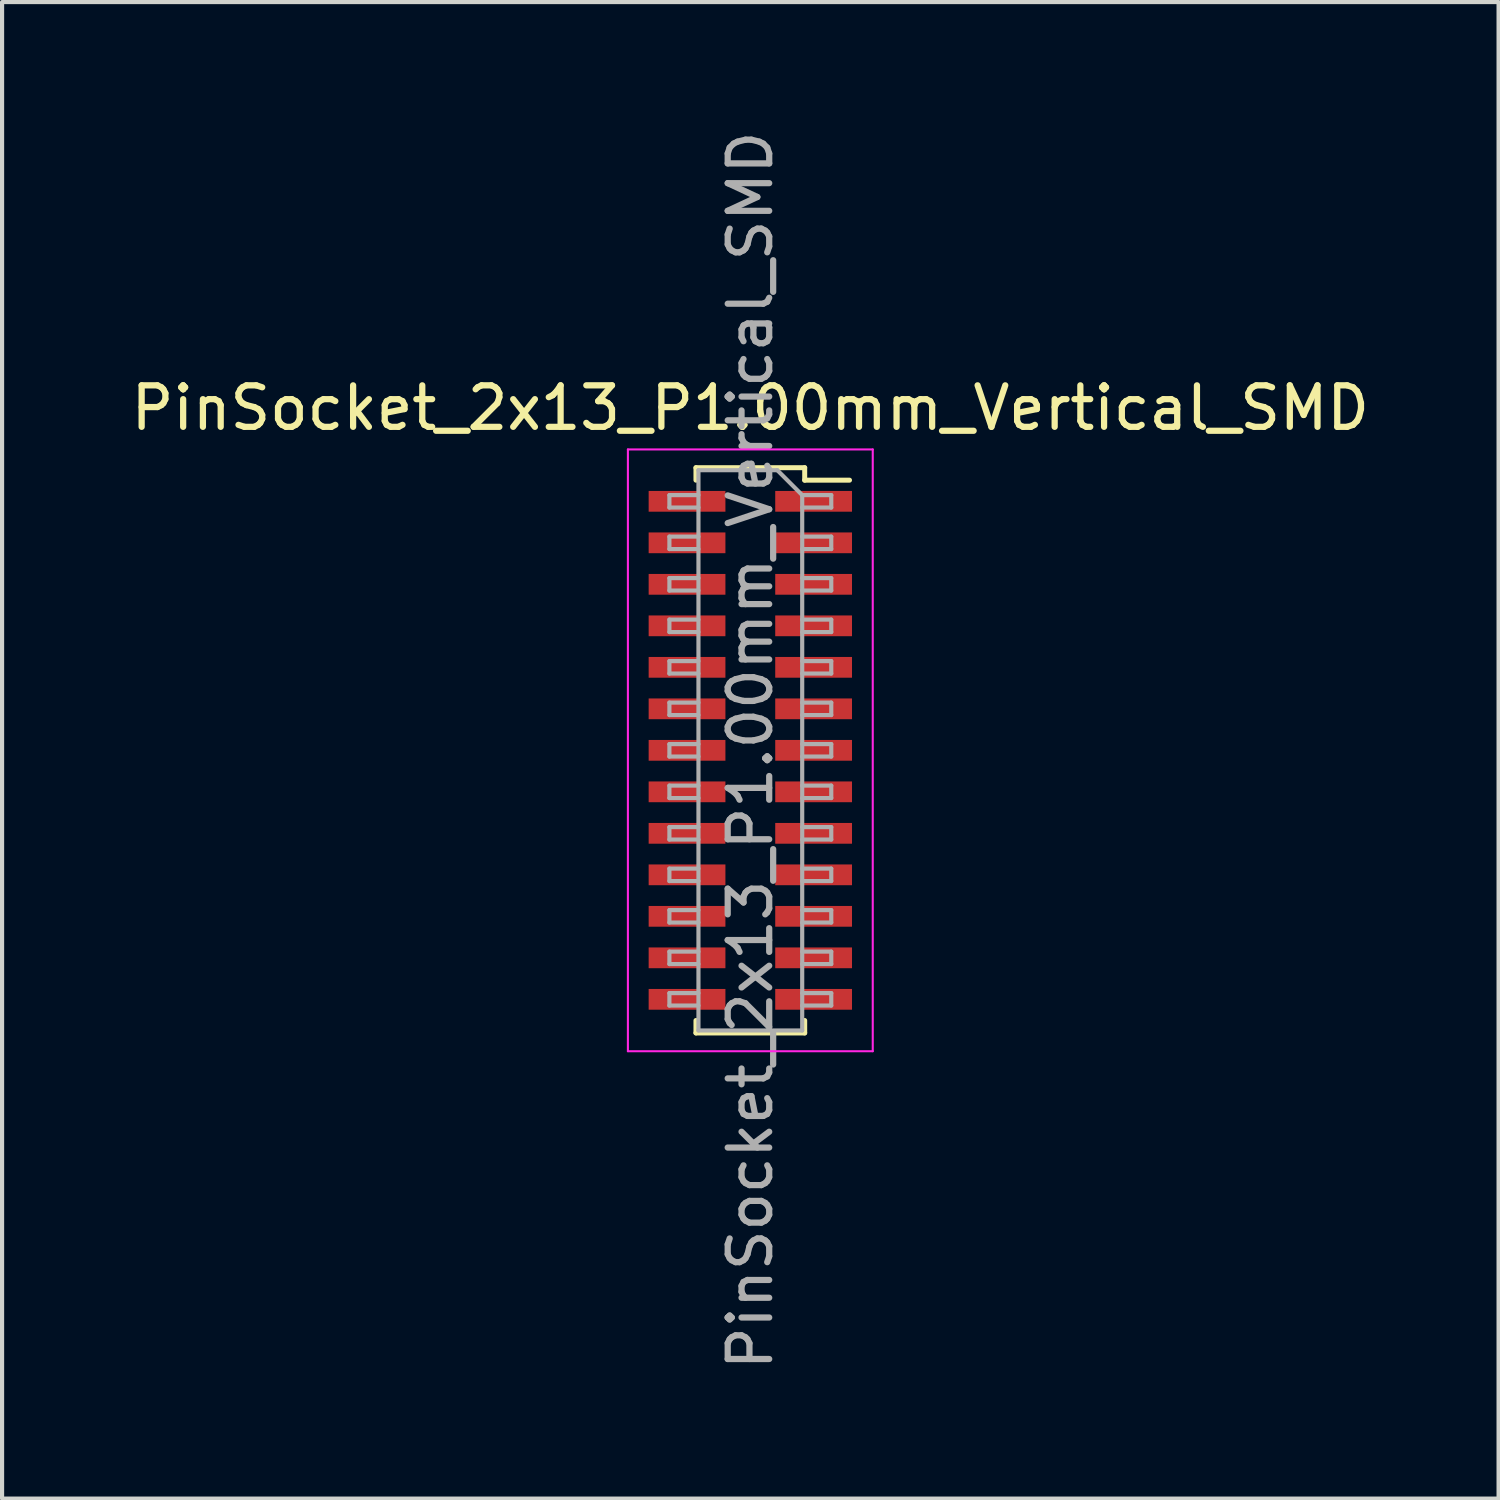
<source format=kicad_pcb>
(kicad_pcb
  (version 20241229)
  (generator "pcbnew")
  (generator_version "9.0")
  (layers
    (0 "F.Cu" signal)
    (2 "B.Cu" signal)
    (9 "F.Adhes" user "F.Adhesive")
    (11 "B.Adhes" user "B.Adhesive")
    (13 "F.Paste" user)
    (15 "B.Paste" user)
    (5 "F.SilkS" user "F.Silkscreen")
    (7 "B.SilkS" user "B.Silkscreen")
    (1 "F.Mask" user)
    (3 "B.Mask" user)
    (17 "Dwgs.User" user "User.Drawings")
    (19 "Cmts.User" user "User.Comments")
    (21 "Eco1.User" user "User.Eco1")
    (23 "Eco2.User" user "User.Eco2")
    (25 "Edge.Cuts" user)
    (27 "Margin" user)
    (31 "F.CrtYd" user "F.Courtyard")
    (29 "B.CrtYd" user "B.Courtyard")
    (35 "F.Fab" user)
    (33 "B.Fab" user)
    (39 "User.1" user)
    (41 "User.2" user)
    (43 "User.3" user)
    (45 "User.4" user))
  (footprint "PinSocket_2x13_P1.00mm_Vertical_SMD"
    (layer "F.Cu")
    (at 15.03 15.03)
    (property "Reference" "PinSocket_2x13_P1.00mm_Vertical_SMD" (at 0 -8.25 0) (layer "F.SilkS") (effects (font (size 1 1) (thickness 0.15))))
    (attr smd)
    (fp_line (start -1.31 -6.81) (end -1.31 -6.51) (stroke (width 0.12) (type solid)) (layer "F.SilkS"))
    (fp_line (start -1.31 -6.81) (end 1.31 -6.81) (stroke (width 0.12) (type solid)) (layer "F.SilkS"))
    (fp_line (start -1.31 6.51) (end -1.31 6.81) (stroke (width 0.12) (type solid)) (layer "F.SilkS"))
    (fp_line (start -1.31 6.81) (end 1.31 6.81) (stroke (width 0.12) (type solid)) (layer "F.SilkS"))
    (fp_line (start 1.31 -6.81) (end 1.31 -6.51) (stroke (width 0.12) (type solid)) (layer "F.SilkS"))
    (fp_line (start 1.31 -6.51) (end 2.39 -6.51) (stroke (width 0.12) (type solid)) (layer "F.SilkS"))
    (fp_line (start 1.31 6.51) (end 1.31 6.81) (stroke (width 0.12) (type solid)) (layer "F.SilkS"))
    (fp_line (start -2.95 -7.25) (end 2.95 -7.25) (stroke (width 0.05) (type solid)) (layer "F.CrtYd"))
    (fp_line (start -2.95 7.25) (end -2.95 -7.25) (stroke (width 0.05) (type solid)) (layer "F.CrtYd"))
    (fp_line (start 2.95 -7.25) (end 2.95 7.25) (stroke (width 0.05) (type solid)) (layer "F.CrtYd"))
    (fp_line (start 2.95 7.25) (end -2.95 7.25) (stroke (width 0.05) (type solid)) (layer "F.CrtYd"))
    (fp_line (start -1.95 -6.15) (end -1.25 -6.15) (stroke (width 0.1) (type solid)) (layer "F.Fab"))
    (fp_line (start -1.95 -5.85) (end -1.95 -6.15) (stroke (width 0.1) (type solid)) (layer "F.Fab"))
    (fp_line (start -1.95 -5.15) (end -1.25 -5.15) (stroke (width 0.1) (type solid)) (layer "F.Fab"))
    (fp_line (start -1.95 -4.85) (end -1.95 -5.15) (stroke (width 0.1) (type solid)) (layer "F.Fab"))
    (fp_line (start -1.95 -4.15) (end -1.25 -4.15) (stroke (width 0.1) (type solid)) (layer "F.Fab"))
    (fp_line (start -1.95 -3.85) (end -1.95 -4.15) (stroke (width 0.1) (type solid)) (layer "F.Fab"))
    (fp_line (start -1.95 -3.15) (end -1.25 -3.15) (stroke (width 0.1) (type solid)) (layer "F.Fab"))
    (fp_line (start -1.95 -2.85) (end -1.95 -3.15) (stroke (width 0.1) (type solid)) (layer "F.Fab"))
    (fp_line (start -1.95 -2.15) (end -1.25 -2.15) (stroke (width 0.1) (type solid)) (layer "F.Fab"))
    (fp_line (start -1.95 -1.85) (end -1.95 -2.15) (stroke (width 0.1) (type solid)) (layer "F.Fab"))
    (fp_line (start -1.95 -1.15) (end -1.25 -1.15) (stroke (width 0.1) (type solid)) (layer "F.Fab"))
    (fp_line (start -1.95 -0.85) (end -1.95 -1.15) (stroke (width 0.1) (type solid)) (layer "F.Fab"))
    (fp_line (start -1.95 -0.15) (end -1.25 -0.15) (stroke (width 0.1) (type solid)) (layer "F.Fab"))
    (fp_line (start -1.95 0.15) (end -1.95 -0.15) (stroke (width 0.1) (type solid)) (layer "F.Fab"))
    (fp_line (start -1.95 0.85) (end -1.25 0.85) (stroke (width 0.1) (type solid)) (layer "F.Fab"))
    (fp_line (start -1.95 1.15) (end -1.95 0.85) (stroke (width 0.1) (type solid)) (layer "F.Fab"))
    (fp_line (start -1.95 1.85) (end -1.25 1.85) (stroke (width 0.1) (type solid)) (layer "F.Fab"))
    (fp_line (start -1.95 2.15) (end -1.95 1.85) (stroke (width 0.1) (type solid)) (layer "F.Fab"))
    (fp_line (start -1.95 2.85) (end -1.25 2.85) (stroke (width 0.1) (type solid)) (layer "F.Fab"))
    (fp_line (start -1.95 3.15) (end -1.95 2.85) (stroke (width 0.1) (type solid)) (layer "F.Fab"))
    (fp_line (start -1.95 3.85) (end -1.25 3.85) (stroke (width 0.1) (type solid)) (layer "F.Fab"))
    (fp_line (start -1.95 4.15) (end -1.95 3.85) (stroke (width 0.1) (type solid)) (layer "F.Fab"))
    (fp_line (start -1.95 4.85) (end -1.25 4.85) (stroke (width 0.1) (type solid)) (layer "F.Fab"))
    (fp_line (start -1.95 5.15) (end -1.95 4.85) (stroke (width 0.1) (type solid)) (layer "F.Fab"))
    (fp_line (start -1.95 5.85) (end -1.25 5.85) (stroke (width 0.1) (type solid)) (layer "F.Fab"))
    (fp_line (start -1.95 6.15) (end -1.95 5.85) (stroke (width 0.1) (type solid)) (layer "F.Fab"))
    (fp_line (start -1.25 -6.75) (end 0.65 -6.75) (stroke (width 0.1) (type solid)) (layer "F.Fab"))
    (fp_line (start -1.25 -5.85) (end -1.95 -5.85) (stroke (width 0.1) (type solid)) (layer "F.Fab"))
    (fp_line (start -1.25 -4.85) (end -1.95 -4.85) (stroke (width 0.1) (type solid)) (layer "F.Fab"))
    (fp_line (start -1.25 -3.85) (end -1.95 -3.85) (stroke (width 0.1) (type solid)) (layer "F.Fab"))
    (fp_line (start -1.25 -2.85) (end -1.95 -2.85) (stroke (width 0.1) (type solid)) (layer "F.Fab"))
    (fp_line (start -1.25 -1.85) (end -1.95 -1.85) (stroke (width 0.1) (type solid)) (layer "F.Fab"))
    (fp_line (start -1.25 -0.85) (end -1.95 -0.85) (stroke (width 0.1) (type solid)) (layer "F.Fab"))
    (fp_line (start -1.25 0.15) (end -1.95 0.15) (stroke (width 0.1) (type solid)) (layer "F.Fab"))
    (fp_line (start -1.25 1.15) (end -1.95 1.15) (stroke (width 0.1) (type solid)) (layer "F.Fab"))
    (fp_line (start -1.25 2.15) (end -1.95 2.15) (stroke (width 0.1) (type solid)) (layer "F.Fab"))
    (fp_line (start -1.25 3.15) (end -1.95 3.15) (stroke (width 0.1) (type solid)) (layer "F.Fab"))
    (fp_line (start -1.25 4.15) (end -1.95 4.15) (stroke (width 0.1) (type solid)) (layer "F.Fab"))
    (fp_line (start -1.25 5.15) (end -1.95 5.15) (stroke (width 0.1) (type solid)) (layer "F.Fab"))
    (fp_line (start -1.25 6.15) (end -1.95 6.15) (stroke (width 0.1) (type solid)) (layer "F.Fab"))
    (fp_line (start -1.25 6.75) (end -1.25 -6.75) (stroke (width 0.1) (type solid)) (layer "F.Fab"))
    (fp_line (start 0.65 -6.75) (end 1.25 -6.15) (stroke (width 0.1) (type solid)) (layer "F.Fab"))
    (fp_line (start 1.25 -6.15) (end 1.25 6.75) (stroke (width 0.1) (type solid)) (layer "F.Fab"))
    (fp_line (start 1.25 -6.15) (end 1.95 -6.15) (stroke (width 0.1) (type solid)) (layer "F.Fab"))
    (fp_line (start 1.25 -5.15) (end 1.95 -5.15) (stroke (width 0.1) (type solid)) (layer "F.Fab"))
    (fp_line (start 1.25 -4.15) (end 1.95 -4.15) (stroke (width 0.1) (type solid)) (layer "F.Fab"))
    (fp_line (start 1.25 -3.15) (end 1.95 -3.15) (stroke (width 0.1) (type solid)) (layer "F.Fab"))
    (fp_line (start 1.25 -2.15) (end 1.95 -2.15) (stroke (width 0.1) (type solid)) (layer "F.Fab"))
    (fp_line (start 1.25 -1.15) (end 1.95 -1.15) (stroke (width 0.1) (type solid)) (layer "F.Fab"))
    (fp_line (start 1.25 -0.15) (end 1.95 -0.15) (stroke (width 0.1) (type solid)) (layer "F.Fab"))
    (fp_line (start 1.25 0.85) (end 1.95 0.85) (stroke (width 0.1) (type solid)) (layer "F.Fab"))
    (fp_line (start 1.25 1.85) (end 1.95 1.85) (stroke (width 0.1) (type solid)) (layer "F.Fab"))
    (fp_line (start 1.25 2.85) (end 1.95 2.85) (stroke (width 0.1) (type solid)) (layer "F.Fab"))
    (fp_line (start 1.25 3.85) (end 1.95 3.85) (stroke (width 0.1) (type solid)) (layer "F.Fab"))
    (fp_line (start 1.25 4.85) (end 1.95 4.85) (stroke (width 0.1) (type solid)) (layer "F.Fab"))
    (fp_line (start 1.25 5.85) (end 1.95 5.85) (stroke (width 0.1) (type solid)) (layer "F.Fab"))
    (fp_line (start 1.25 6.75) (end -1.25 6.75) (stroke (width 0.1) (type solid)) (layer "F.Fab"))
    (fp_line (start 1.95 -6.15) (end 1.95 -5.85) (stroke (width 0.1) (type solid)) (layer "F.Fab"))
    (fp_line (start 1.95 -5.85) (end 1.25 -5.85) (stroke (width 0.1) (type solid)) (layer "F.Fab"))
    (fp_line (start 1.95 -5.15) (end 1.95 -4.85) (stroke (width 0.1) (type solid)) (layer "F.Fab"))
    (fp_line (start 1.95 -4.85) (end 1.25 -4.85) (stroke (width 0.1) (type solid)) (layer "F.Fab"))
    (fp_line (start 1.95 -4.15) (end 1.95 -3.85) (stroke (width 0.1) (type solid)) (layer "F.Fab"))
    (fp_line (start 1.95 -3.85) (end 1.25 -3.85) (stroke (width 0.1) (type solid)) (layer "F.Fab"))
    (fp_line (start 1.95 -3.15) (end 1.95 -2.85) (stroke (width 0.1) (type solid)) (layer "F.Fab"))
    (fp_line (start 1.95 -2.85) (end 1.25 -2.85) (stroke (width 0.1) (type solid)) (layer "F.Fab"))
    (fp_line (start 1.95 -2.15) (end 1.95 -1.85) (stroke (width 0.1) (type solid)) (layer "F.Fab"))
    (fp_line (start 1.95 -1.85) (end 1.25 -1.85) (stroke (width 0.1) (type solid)) (layer "F.Fab"))
    (fp_line (start 1.95 -1.15) (end 1.95 -0.85) (stroke (width 0.1) (type solid)) (layer "F.Fab"))
    (fp_line (start 1.95 -0.85) (end 1.25 -0.85) (stroke (width 0.1) (type solid)) (layer "F.Fab"))
    (fp_line (start 1.95 -0.15) (end 1.95 0.15) (stroke (width 0.1) (type solid)) (layer "F.Fab"))
    (fp_line (start 1.95 0.15) (end 1.25 0.15) (stroke (width 0.1) (type solid)) (layer "F.Fab"))
    (fp_line (start 1.95 0.85) (end 1.95 1.15) (stroke (width 0.1) (type solid)) (layer "F.Fab"))
    (fp_line (start 1.95 1.15) (end 1.25 1.15) (stroke (width 0.1) (type solid)) (layer "F.Fab"))
    (fp_line (start 1.95 1.85) (end 1.95 2.15) (stroke (width 0.1) (type solid)) (layer "F.Fab"))
    (fp_line (start 1.95 2.15) (end 1.25 2.15) (stroke (width 0.1) (type solid)) (layer "F.Fab"))
    (fp_line (start 1.95 2.85) (end 1.95 3.15) (stroke (width 0.1) (type solid)) (layer "F.Fab"))
    (fp_line (start 1.95 3.15) (end 1.25 3.15) (stroke (width 0.1) (type solid)) (layer "F.Fab"))
    (fp_line (start 1.95 3.85) (end 1.95 4.15) (stroke (width 0.1) (type solid)) (layer "F.Fab"))
    (fp_line (start 1.95 4.15) (end 1.25 4.15) (stroke (width 0.1) (type solid)) (layer "F.Fab"))
    (fp_line (start 1.95 4.85) (end 1.95 5.15) (stroke (width 0.1) (type solid)) (layer "F.Fab"))
    (fp_line (start 1.95 5.15) (end 1.25 5.15) (stroke (width 0.1) (type solid)) (layer "F.Fab"))
    (fp_line (start 1.95 5.85) (end 1.95 6.15) (stroke (width 0.1) (type solid)) (layer "F.Fab"))
    (fp_line (start 1.95 6.15) (end 1.25 6.15) (stroke (width 0.1) (type solid)) (layer "F.Fab"))
    (fp_text user "${REFERENCE}" (at 0 0 90) (layer "F.Fab") (effects (font (size 1 1) (thickness 0.15))))
    (pad "1" smd rect (at 1.525 -6) (size 1.85 0.5) (layers "F.Cu" "F.Mask" "F.Paste"))
    (pad "2" smd rect (at -1.525 -6) (size 1.85 0.5) (layers "F.Cu" "F.Mask" "F.Paste"))
    (pad "3" smd rect (at 1.525 -5) (size 1.85 0.5) (layers "F.Cu" "F.Mask" "F.Paste"))
    (pad "4" smd rect (at -1.525 -5) (size 1.85 0.5) (layers "F.Cu" "F.Mask" "F.Paste"))
    (pad "5" smd rect (at 1.525 -4) (size 1.85 0.5) (layers "F.Cu" "F.Mask" "F.Paste"))
    (pad "6" smd rect (at -1.525 -4) (size 1.85 0.5) (layers "F.Cu" "F.Mask" "F.Paste"))
    (pad "7" smd rect (at 1.525 -3) (size 1.85 0.5) (layers "F.Cu" "F.Mask" "F.Paste"))
    (pad "8" smd rect (at -1.525 -3) (size 1.85 0.5) (layers "F.Cu" "F.Mask" "F.Paste"))
    (pad "9" smd rect (at 1.525 -2) (size 1.85 0.5) (layers "F.Cu" "F.Mask" "F.Paste"))
    (pad "10" smd rect (at -1.525 -2) (size 1.85 0.5) (layers "F.Cu" "F.Mask" "F.Paste"))
    (pad "11" smd rect (at 1.525 -1) (size 1.85 0.5) (layers "F.Cu" "F.Mask" "F.Paste"))
    (pad "12" smd rect (at -1.525 -1) (size 1.85 0.5) (layers "F.Cu" "F.Mask" "F.Paste"))
    (pad "13" smd rect (at 1.525 0) (size 1.85 0.5) (layers "F.Cu" "F.Mask" "F.Paste"))
    (pad "14" smd rect (at -1.525 0) (size 1.85 0.5) (layers "F.Cu" "F.Mask" "F.Paste"))
    (pad "15" smd rect (at 1.525 1) (size 1.85 0.5) (layers "F.Cu" "F.Mask" "F.Paste"))
    (pad "16" smd rect (at -1.525 1) (size 1.85 0.5) (layers "F.Cu" "F.Mask" "F.Paste"))
    (pad "17" smd rect (at 1.525 2) (size 1.85 0.5) (layers "F.Cu" "F.Mask" "F.Paste"))
    (pad "18" smd rect (at -1.525 2) (size 1.85 0.5) (layers "F.Cu" "F.Mask" "F.Paste"))
    (pad "19" smd rect (at 1.525 3) (size 1.85 0.5) (layers "F.Cu" "F.Mask" "F.Paste"))
    (pad "20" smd rect (at -1.525 3) (size 1.85 0.5) (layers "F.Cu" "F.Mask" "F.Paste"))
    (pad "21" smd rect (at 1.525 4) (size 1.85 0.5) (layers "F.Cu" "F.Mask" "F.Paste"))
    (pad "22" smd rect (at -1.525 4) (size 1.85 0.5) (layers "F.Cu" "F.Mask" "F.Paste"))
    (pad "23" smd rect (at 1.525 5) (size 1.85 0.5) (layers "F.Cu" "F.Mask" "F.Paste"))
    (pad "24" smd rect (at -1.525 5) (size 1.85 0.5) (layers "F.Cu" "F.Mask" "F.Paste"))
    (pad "25" smd rect (at 1.525 6) (size 1.85 0.5) (layers "F.Cu" "F.Mask" "F.Paste"))
    (pad "26" smd rect (at -1.525 6) (size 1.85 0.5) (layers "F.Cu" "F.Mask" "F.Paste")))
  (gr_rect
    (start -3 -3)
    (end 33.06 33.06)
    (stroke (width 0.1) (type default))
    (fill no)
    (layer "Edge.Cuts")))
</source>
